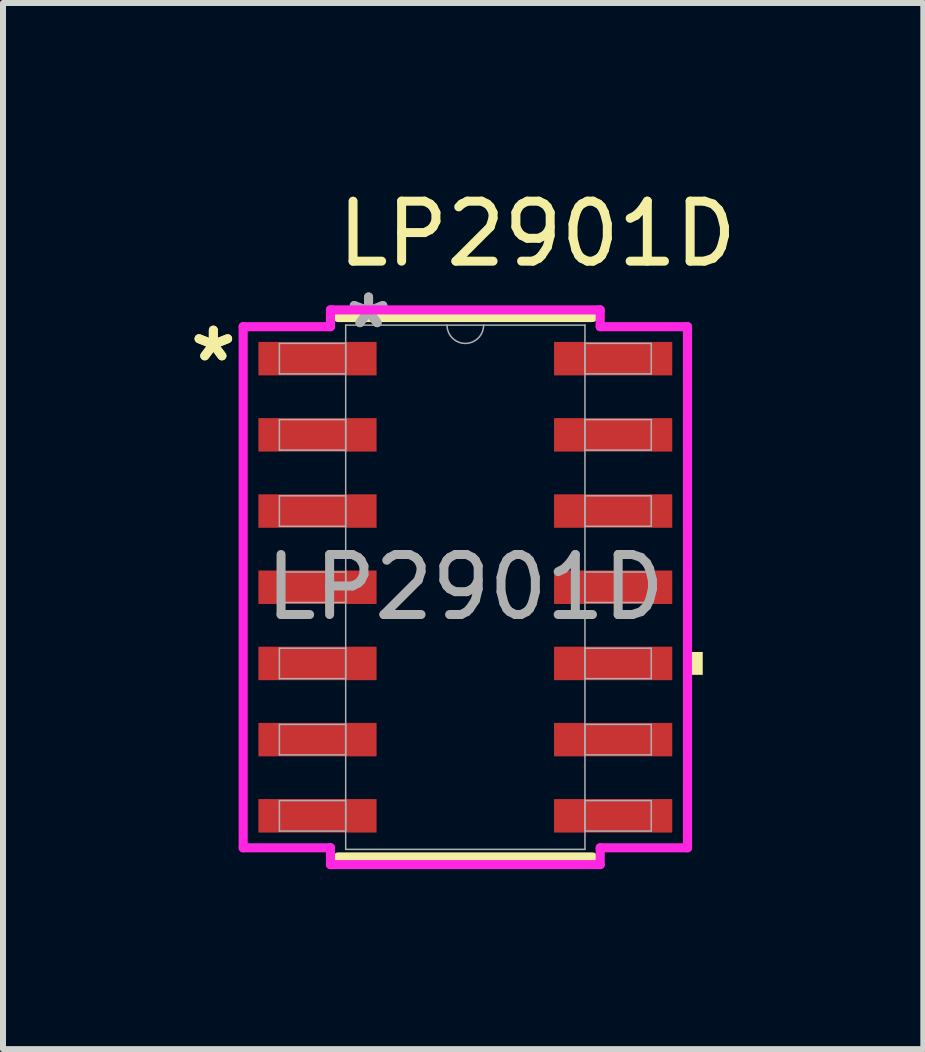
<source format=kicad_pcb>
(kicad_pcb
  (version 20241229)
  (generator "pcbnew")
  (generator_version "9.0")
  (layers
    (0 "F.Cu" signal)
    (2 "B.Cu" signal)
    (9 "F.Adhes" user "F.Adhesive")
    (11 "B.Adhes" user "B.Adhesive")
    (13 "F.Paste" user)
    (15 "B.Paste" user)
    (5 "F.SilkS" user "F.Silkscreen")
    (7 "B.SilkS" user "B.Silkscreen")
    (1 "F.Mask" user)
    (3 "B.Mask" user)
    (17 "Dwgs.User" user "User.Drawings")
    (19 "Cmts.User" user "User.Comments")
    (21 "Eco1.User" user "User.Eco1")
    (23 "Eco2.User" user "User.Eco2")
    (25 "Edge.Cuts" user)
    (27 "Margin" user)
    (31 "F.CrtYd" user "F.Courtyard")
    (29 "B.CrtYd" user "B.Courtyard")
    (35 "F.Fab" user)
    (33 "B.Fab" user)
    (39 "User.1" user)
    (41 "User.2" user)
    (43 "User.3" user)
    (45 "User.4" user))
  (footprint "LP2901D"
    (layer "F.Cu")
    (at 4.706 6.738)
    (property "Reference" "LP2901D" (at 1.2 -5.89 0) (unlocked yes) (layer "F.SilkS") (effects (font (size 1 1) (thickness 0.15))))
    (attr smd)
    (fp_line (start -2.121 4.496) (end 2.121 4.496) (stroke (width 0.152) (type solid)) (layer "F.SilkS"))
    (fp_line (start 2.121 -4.496) (end -2.121 -4.496) (stroke (width 0.152) (type solid)) (layer "F.SilkS"))
    (fp_poly (pts (xy 3.957 1.079) (xy 3.957 1.46) (xy 3.703 1.46) (xy 3.703 1.079)) (stroke (width 0) (type solid)) (fill yes) (layer "F.SilkS"))
    (fp_line (start -3.703 -4.343) (end -2.248 -4.343) (stroke (width 0.152) (type solid)) (layer "F.CrtYd"))
    (fp_line (start -3.703 4.343) (end -3.703 -4.343) (stroke (width 0.152) (type solid)) (layer "F.CrtYd"))
    (fp_line (start -3.703 4.343) (end -2.248 4.343) (stroke (width 0.152) (type solid)) (layer "F.CrtYd"))
    (fp_line (start -2.248 -4.623) (end 2.248 -4.623) (stroke (width 0.152) (type solid)) (layer "F.CrtYd"))
    (fp_line (start -2.248 -4.343) (end -2.248 -4.623) (stroke (width 0.152) (type solid)) (layer "F.CrtYd"))
    (fp_line (start -2.248 4.623) (end -2.248 4.343) (stroke (width 0.152) (type solid)) (layer "F.CrtYd"))
    (fp_line (start 2.248 -4.623) (end 2.248 -4.343) (stroke (width 0.152) (type solid)) (layer "F.CrtYd"))
    (fp_line (start 2.248 4.343) (end 2.248 4.623) (stroke (width 0.152) (type solid)) (layer "F.CrtYd"))
    (fp_line (start 2.248 4.623) (end -2.248 4.623) (stroke (width 0.152) (type solid)) (layer "F.CrtYd"))
    (fp_line (start 3.703 -4.343) (end 2.248 -4.343) (stroke (width 0.152) (type solid)) (layer "F.CrtYd"))
    (fp_line (start 3.703 -4.343) (end 3.703 4.343) (stroke (width 0.152) (type solid)) (layer "F.CrtYd"))
    (fp_line (start 3.703 4.343) (end 2.248 4.343) (stroke (width 0.152) (type solid)) (layer "F.CrtYd"))
    (fp_line (start -3.099 -4.064) (end -3.099 -3.556) (stroke (width 0.025) (type solid)) (layer "F.Fab"))
    (fp_line (start -3.099 -3.556) (end -1.994 -3.556) (stroke (width 0.025) (type solid)) (layer "F.Fab"))
    (fp_line (start -3.099 -2.794) (end -3.099 -2.286) (stroke (width 0.025) (type solid)) (layer "F.Fab"))
    (fp_line (start -3.099 -2.286) (end -1.994 -2.286) (stroke (width 0.025) (type solid)) (layer "F.Fab"))
    (fp_line (start -3.099 -1.524) (end -3.099 -1.016) (stroke (width 0.025) (type solid)) (layer "F.Fab"))
    (fp_line (start -3.099 -1.016) (end -1.994 -1.016) (stroke (width 0.025) (type solid)) (layer "F.Fab"))
    (fp_line (start -3.099 -0.254) (end -3.099 0.254) (stroke (width 0.025) (type solid)) (layer "F.Fab"))
    (fp_line (start -3.099 0.254) (end -1.994 0.254) (stroke (width 0.025) (type solid)) (layer "F.Fab"))
    (fp_line (start -3.099 1.016) (end -3.099 1.524) (stroke (width 0.025) (type solid)) (layer "F.Fab"))
    (fp_line (start -3.099 1.524) (end -1.994 1.524) (stroke (width 0.025) (type solid)) (layer "F.Fab"))
    (fp_line (start -3.099 2.286) (end -3.099 2.794) (stroke (width 0.025) (type solid)) (layer "F.Fab"))
    (fp_line (start -3.099 2.794) (end -1.994 2.794) (stroke (width 0.025) (type solid)) (layer "F.Fab"))
    (fp_line (start -3.099 3.556) (end -3.099 4.064) (stroke (width 0.025) (type solid)) (layer "F.Fab"))
    (fp_line (start -3.099 4.064) (end -1.994 4.064) (stroke (width 0.025) (type solid)) (layer "F.Fab"))
    (fp_line (start -1.994 -4.369) (end -1.994 4.369) (stroke (width 0.025) (type solid)) (layer "F.Fab"))
    (fp_line (start -1.994 -4.064) (end -3.099 -4.064) (stroke (width 0.025) (type solid)) (layer "F.Fab"))
    (fp_line (start -1.994 -3.556) (end -1.994 -4.064) (stroke (width 0.025) (type solid)) (layer "F.Fab"))
    (fp_line (start -1.994 -2.794) (end -3.099 -2.794) (stroke (width 0.025) (type solid)) (layer "F.Fab"))
    (fp_line (start -1.994 -2.286) (end -1.994 -2.794) (stroke (width 0.025) (type solid)) (layer "F.Fab"))
    (fp_line (start -1.994 -1.524) (end -3.099 -1.524) (stroke (width 0.025) (type solid)) (layer "F.Fab"))
    (fp_line (start -1.994 -1.016) (end -1.994 -1.524) (stroke (width 0.025) (type solid)) (layer "F.Fab"))
    (fp_line (start -1.994 -0.254) (end -3.099 -0.254) (stroke (width 0.025) (type solid)) (layer "F.Fab"))
    (fp_line (start -1.994 0.254) (end -1.994 -0.254) (stroke (width 0.025) (type solid)) (layer "F.Fab"))
    (fp_line (start -1.994 1.016) (end -3.099 1.016) (stroke (width 0.025) (type solid)) (layer "F.Fab"))
    (fp_line (start -1.994 1.524) (end -1.994 1.016) (stroke (width 0.025) (type solid)) (layer "F.Fab"))
    (fp_line (start -1.994 2.286) (end -3.099 2.286) (stroke (width 0.025) (type solid)) (layer "F.Fab"))
    (fp_line (start -1.994 2.794) (end -1.994 2.286) (stroke (width 0.025) (type solid)) (layer "F.Fab"))
    (fp_line (start -1.994 3.556) (end -3.099 3.556) (stroke (width 0.025) (type solid)) (layer "F.Fab"))
    (fp_line (start -1.994 4.064) (end -1.994 3.556) (stroke (width 0.025) (type solid)) (layer "F.Fab"))
    (fp_line (start -1.994 4.369) (end 1.994 4.369) (stroke (width 0.025) (type solid)) (layer "F.Fab"))
    (fp_line (start 1.994 -4.369) (end -1.994 -4.369) (stroke (width 0.025) (type solid)) (layer "F.Fab"))
    (fp_line (start 1.994 -4.064) (end 1.994 -3.556) (stroke (width 0.025) (type solid)) (layer "F.Fab"))
    (fp_line (start 1.994 -3.556) (end 3.099 -3.556) (stroke (width 0.025) (type solid)) (layer "F.Fab"))
    (fp_line (start 1.994 -2.794) (end 1.994 -2.286) (stroke (width 0.025) (type solid)) (layer "F.Fab"))
    (fp_line (start 1.994 -2.286) (end 3.099 -2.286) (stroke (width 0.025) (type solid)) (layer "F.Fab"))
    (fp_line (start 1.994 -1.524) (end 1.994 -1.016) (stroke (width 0.025) (type solid)) (layer "F.Fab"))
    (fp_line (start 1.994 -1.016) (end 3.099 -1.016) (stroke (width 0.025) (type solid)) (layer "F.Fab"))
    (fp_line (start 1.994 -0.254) (end 1.994 0.254) (stroke (width 0.025) (type solid)) (layer "F.Fab"))
    (fp_line (start 1.994 0.254) (end 3.099 0.254) (stroke (width 0.025) (type solid)) (layer "F.Fab"))
    (fp_line (start 1.994 1.016) (end 1.994 1.524) (stroke (width 0.025) (type solid)) (layer "F.Fab"))
    (fp_line (start 1.994 1.524) (end 3.099 1.524) (stroke (width 0.025) (type solid)) (layer "F.Fab"))
    (fp_line (start 1.994 2.286) (end 1.994 2.794) (stroke (width 0.025) (type solid)) (layer "F.Fab"))
    (fp_line (start 1.994 2.794) (end 3.099 2.794) (stroke (width 0.025) (type solid)) (layer "F.Fab"))
    (fp_line (start 1.994 3.556) (end 1.994 4.064) (stroke (width 0.025) (type solid)) (layer "F.Fab"))
    (fp_line (start 1.994 4.064) (end 3.099 4.064) (stroke (width 0.025) (type solid)) (layer "F.Fab"))
    (fp_line (start 1.994 4.369) (end 1.994 -4.369) (stroke (width 0.025) (type solid)) (layer "F.Fab"))
    (fp_line (start 3.099 -4.064) (end 1.994 -4.064) (stroke (width 0.025) (type solid)) (layer "F.Fab"))
    (fp_line (start 3.099 -3.556) (end 3.099 -4.064) (stroke (width 0.025) (type solid)) (layer "F.Fab"))
    (fp_line (start 3.099 -2.794) (end 1.994 -2.794) (stroke (width 0.025) (type solid)) (layer "F.Fab"))
    (fp_line (start 3.099 -2.286) (end 3.099 -2.794) (stroke (width 0.025) (type solid)) (layer "F.Fab"))
    (fp_line (start 3.099 -1.524) (end 1.994 -1.524) (stroke (width 0.025) (type solid)) (layer "F.Fab"))
    (fp_line (start 3.099 -1.016) (end 3.099 -1.524) (stroke (width 0.025) (type solid)) (layer "F.Fab"))
    (fp_line (start 3.099 -0.254) (end 1.994 -0.254) (stroke (width 0.025) (type solid)) (layer "F.Fab"))
    (fp_line (start 3.099 0.254) (end 3.099 -0.254) (stroke (width 0.025) (type solid)) (layer "F.Fab"))
    (fp_line (start 3.099 1.016) (end 1.994 1.016) (stroke (width 0.025) (type solid)) (layer "F.Fab"))
    (fp_line (start 3.099 1.524) (end 3.099 1.016) (stroke (width 0.025) (type solid)) (layer "F.Fab"))
    (fp_line (start 3.099 2.286) (end 1.994 2.286) (stroke (width 0.025) (type solid)) (layer "F.Fab"))
    (fp_line (start 3.099 2.794) (end 3.099 2.286) (stroke (width 0.025) (type solid)) (layer "F.Fab"))
    (fp_line (start 3.099 3.556) (end 1.994 3.556) (stroke (width 0.025) (type solid)) (layer "F.Fab"))
    (fp_line (start 3.099 4.064) (end 3.099 3.556) (stroke (width 0.025) (type solid)) (layer "F.Fab"))
    (fp_arc (start 0.3048 -4.3688) (mid 0 -4.064) (end -0.3048 -4.3688) (stroke (width 0.0254) (type solid)) (layer "F.Fab"))
    (fp_text user "*" (at -4.2 -3.74 0) (layer "F.SilkS") (effects (font (size 1 1) (thickness 0.15))))
    (fp_text user "*" (at -4.2 -3.74 0) (unlocked yes) (layer "F.SilkS") (effects (font (size 1 1) (thickness 0.15))))
    (fp_text user "${REFERENCE}" (at 0 0 0) (unlocked yes) (layer "F.Fab") (effects (font (size 1 1) (thickness 0.15))))
    (fp_text user "*" (at -1.613 -4.293 0) (layer "F.Fab") (effects (font (size 1 1) (thickness 0.15))))
    (fp_text user "*" (at -1.613 -4.293 0) (unlocked yes) (layer "F.Fab") (effects (font (size 1 1) (thickness 0.15))))
    (pad "1" smd rect (at -2.464 -3.81) (size 1.97 0.558) (layers "F.Cu" "F.Mask" "F.Paste"))
    (pad "2" smd rect (at -2.464 -2.54) (size 1.97 0.558) (layers "F.Cu" "F.Mask" "F.Paste"))
    (pad "3" smd rect (at -2.464 -1.27) (size 1.97 0.558) (layers "F.Cu" "F.Mask" "F.Paste"))
    (pad "4" smd rect (at -2.464 0) (size 1.97 0.558) (layers "F.Cu" "F.Mask" "F.Paste"))
    (pad "5" smd rect (at -2.464 1.27) (size 1.97 0.558) (layers "F.Cu" "F.Mask" "F.Paste"))
    (pad "6" smd rect (at -2.464 2.54) (size 1.97 0.558) (layers "F.Cu" "F.Mask" "F.Paste"))
    (pad "7" smd rect (at -2.464 3.81) (size 1.97 0.558) (layers "F.Cu" "F.Mask" "F.Paste"))
    (pad "8" smd rect (at 2.464 3.81) (size 1.97 0.558) (layers "F.Cu" "F.Mask" "F.Paste"))
    (pad "9" smd rect (at 2.464 2.54) (size 1.97 0.558) (layers "F.Cu" "F.Mask" "F.Paste"))
    (pad "10" smd rect (at 2.464 1.27) (size 1.97 0.558) (layers "F.Cu" "F.Mask" "F.Paste"))
    (pad "11" smd rect (at 2.464 0) (size 1.97 0.558) (layers "F.Cu" "F.Mask" "F.Paste"))
    (pad "12" smd rect (at 2.464 -1.27) (size 1.97 0.558) (layers "F.Cu" "F.Mask" "F.Paste"))
    (pad "13" smd rect (at 2.464 -2.54) (size 1.97 0.558) (layers "F.Cu" "F.Mask" "F.Paste"))
    (pad "14" smd rect (at 2.464 -3.81) (size 1.97 0.558) (layers "F.Cu" "F.Mask" "F.Paste")))
  (gr_rect
    (start -3 -3)
    (end 12.34 14.437)
    (stroke (width 0.1) (type default))
    (fill no)
    (layer "Edge.Cuts")))
</source>
